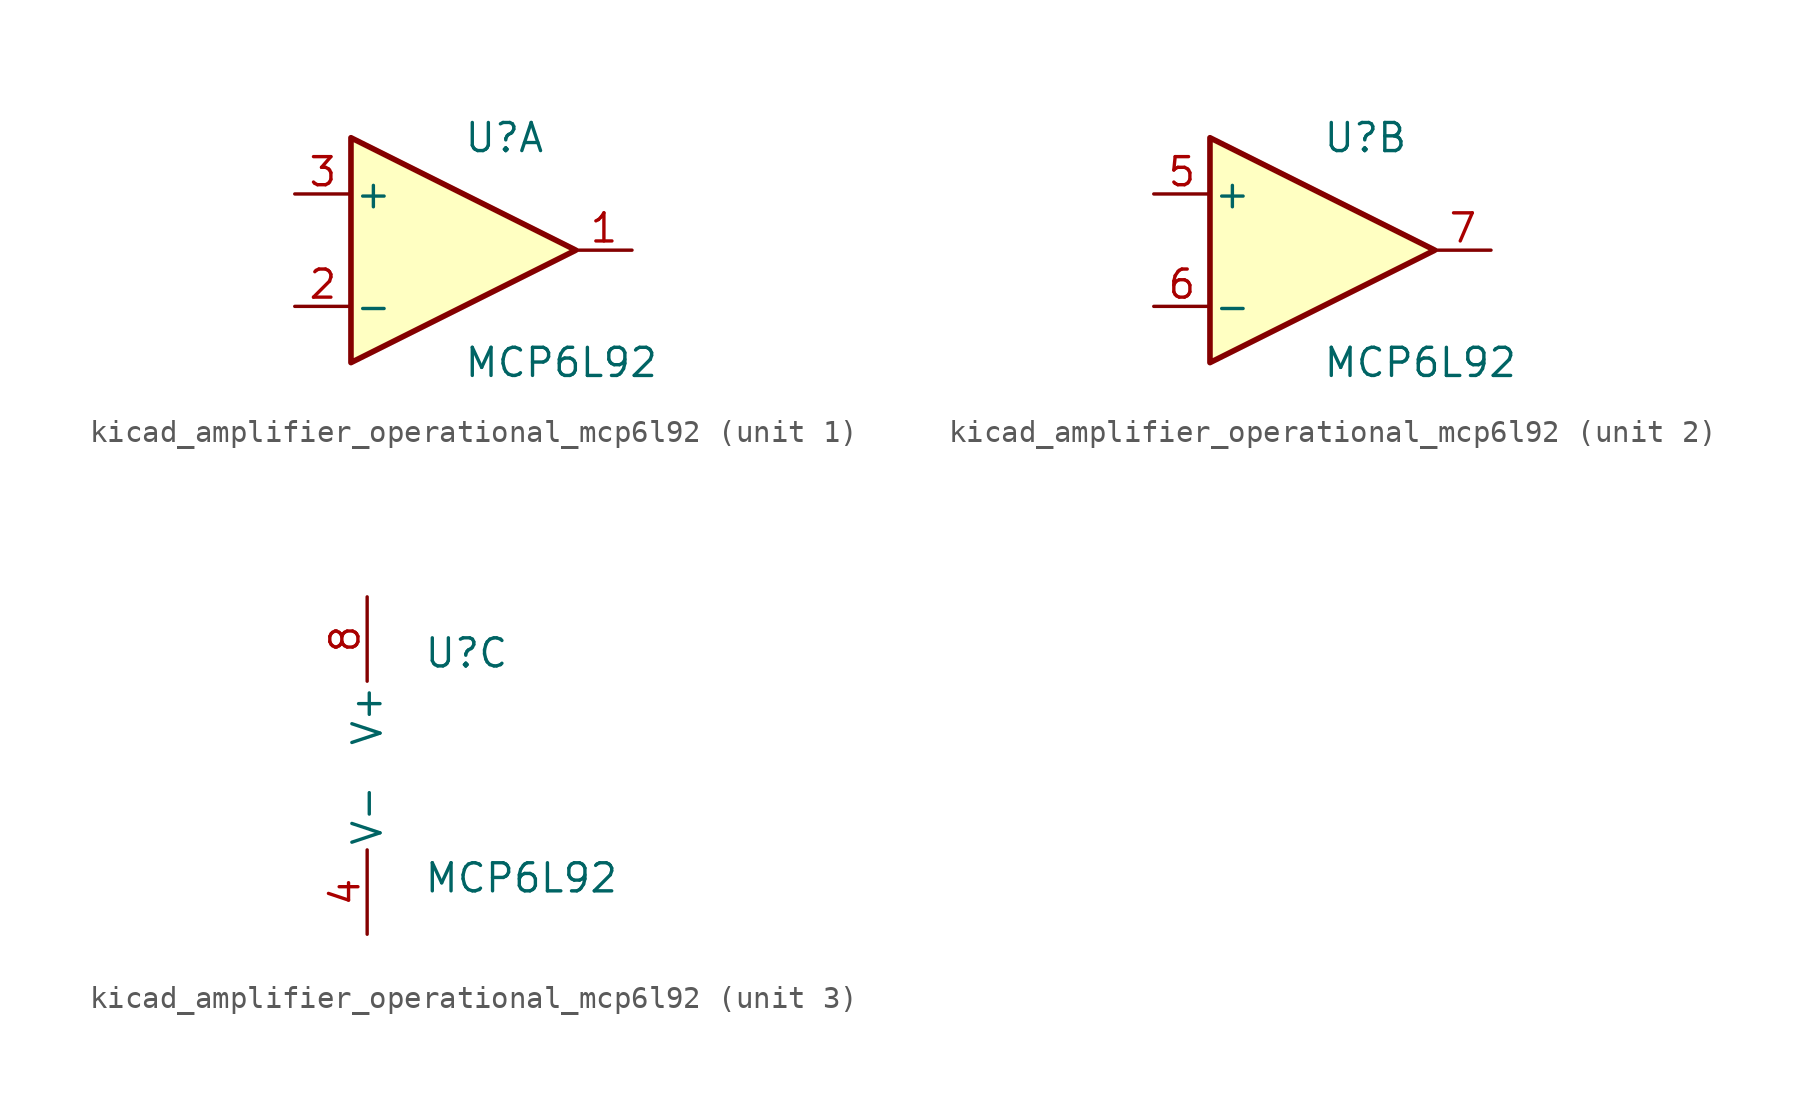
<source format=kicad_sym>
(kicad_symbol_lib
  (version 20220914)
  (generator kicad_symbol_editor)
  (symbol "kicad_amplifier_operational_mcp6l92"
    (pin_names
      (offset 0.127))
    (property "Reference" "U"
      (at 0 5.08 0)
      (effects (font (size 1.27 1.27)) (justify left)))
    (property "Value" "MCP6L92"
      (at 0 -5.08 0)
      (effects (font (size 1.27 1.27)) (justify left)))
    (property "ki_locked" ""
      (at 0 0 0)
      (effects (font (size 1.27 1.27))))
    (symbol "kicad_amplifier_operational_mcp6l92_1_1"
      (polyline (pts (xy -5.08 5.08) (xy 5.08 0) (xy -5.08 -5.08) (xy -5.08 5.08)) (stroke (width 0.254) (type default)) (fill (type background)))
      (pin output line (at 7.62 0 180) (length 2.54) (name "~" (effects (font (size 1.27 1.27)))) (number "1" (effects (font (size 1.27 1.27)))))
      (pin input line (at -7.62 -2.54 0) (length 2.54) (name "-" (effects (font (size 1.27 1.27)))) (number "2" (effects (font (size 1.27 1.27)))))
      (pin input line (at -7.62 2.54 0) (length 2.54) (name "+" (effects (font (size 1.27 1.27)))) (number "3" (effects (font (size 1.27 1.27))))))
    (symbol "kicad_amplifier_operational_mcp6l92_2_1"
      (polyline (pts (xy -5.08 5.08) (xy 5.08 0) (xy -5.08 -5.08) (xy -5.08 5.08)) (stroke (width 0.254) (type default)) (fill (type background)))
      (pin input line (at -7.62 2.54 0) (length 2.54) (name "+" (effects (font (size 1.27 1.27)))) (number "5" (effects (font (size 1.27 1.27)))))
      (pin input line (at -7.62 -2.54 0) (length 2.54) (name "-" (effects (font (size 1.27 1.27)))) (number "6" (effects (font (size 1.27 1.27)))))
      (pin output line (at 7.62 0 180) (length 2.54) (name "~" (effects (font (size 1.27 1.27)))) (number "7" (effects (font (size 1.27 1.27))))))
    (symbol "kicad_amplifier_operational_mcp6l92_3_1"
      (pin power_in line (at -2.54 -7.62 90) (length 3.81) (name "V-" (effects (font (size 1.27 1.27)))) (number "4" (effects (font (size 1.27 1.27)))))
      (pin power_in line (at -2.54 7.62 270) (length 3.81) (name "V+" (effects (font (size 1.27 1.27)))) (number "8" (effects (font (size 1.27 1.27))))))))
</source>
